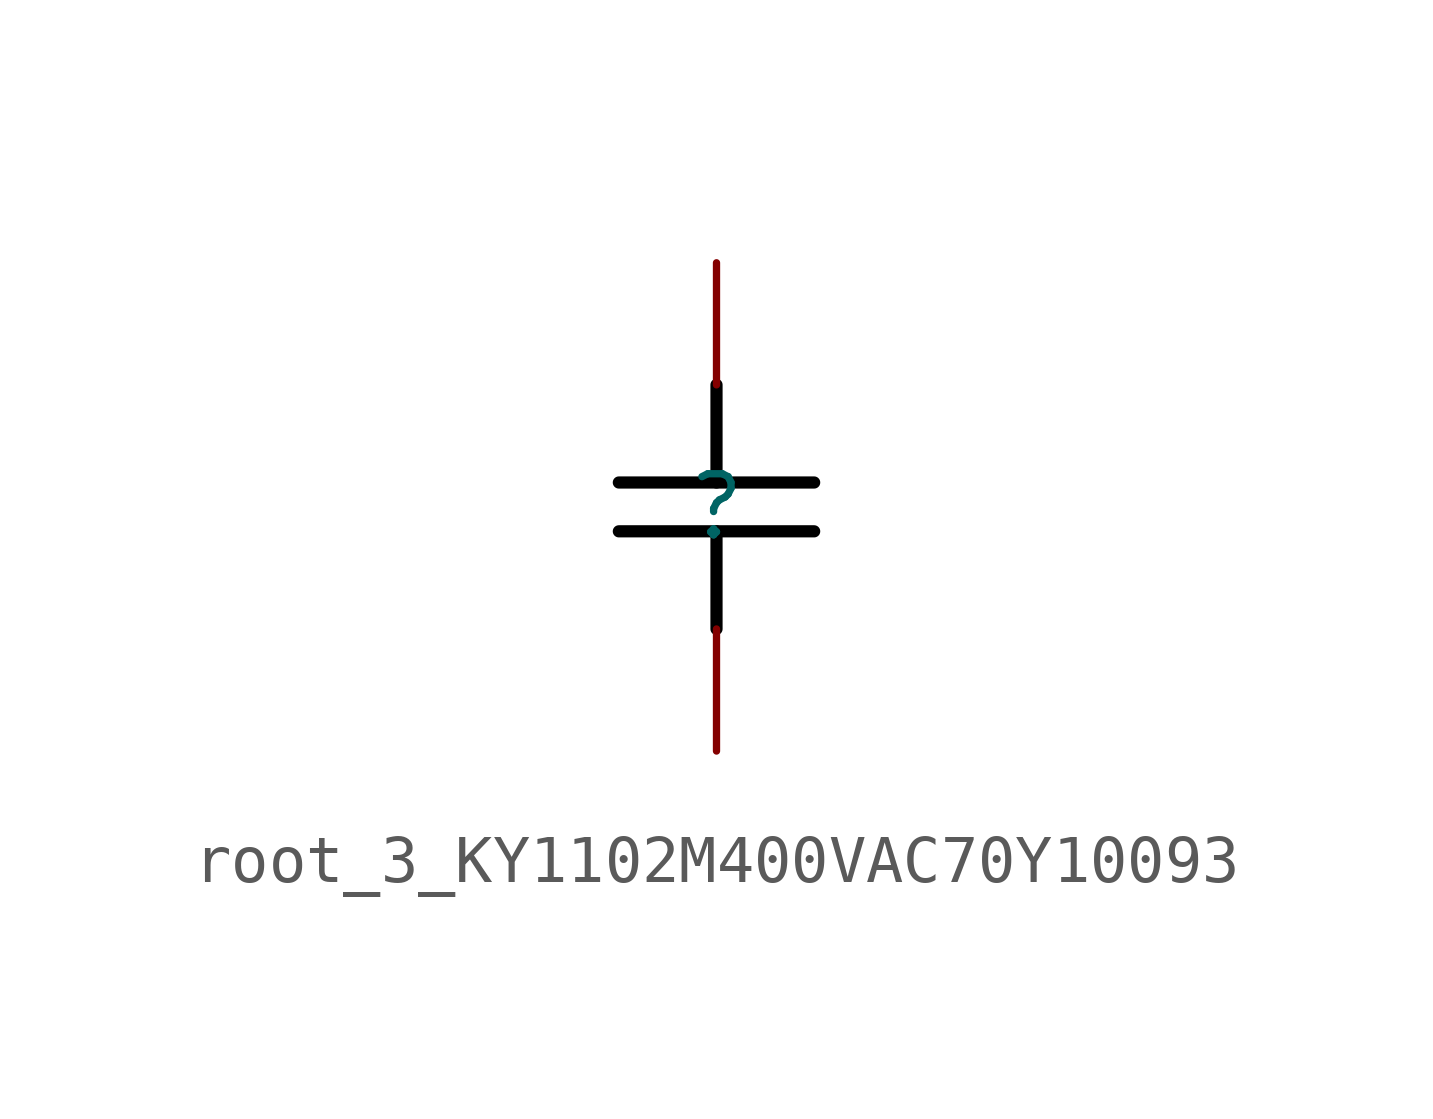
<source format=kicad_sym>
(kicad_symbol_lib
  (version 20220914)
  (generator kicad_symbol_editor)
  (symbol "root_3_KY1102M400VAC70Y10093"
    (property "Reference" ""
      (at 0 0 0)
      (effects (font (size 1.27 1.27))))
    (property "Value" ""
      (at 0 0 0)
      (effects (font (size 1.27 1.27))))
    (symbol "root_3_KY1102M400VAC70Y10093_1_0"
      (polyline (pts (xy -2.032 0.508) (xy 2.032 0.508)) (stroke (width 0.254) (type solid) (color 0 0 0 1)) (fill (type none)))
      (polyline (pts (xy 0 -2.54) (xy 0 -0.508)) (stroke (width 0.254) (type solid) (color 0 0 0 1)) (fill (type none)))
      (polyline (pts (xy 0 0.508) (xy 0 2.54)) (stroke (width 0.254) (type solid) (color 0 0 0 1)) (fill (type none)))
      (polyline (pts (xy 2.032 -0.508) (xy -2.032 -0.508)) (stroke (width 0.254) (type solid) (color 0 0 0 1)) (fill (type none)))
      (pin passive line (at 0 5.08 270) (length 2.54) (name "1" (effects (font (size 0 0)))) (number "1" (effects (font (size 0 0)))))
      (pin passive line (at 0 -5.08 90) (length 2.54) (name "2" (effects (font (size 0 0)))) (number "2" (effects (font (size 0 0))))))))
</source>
